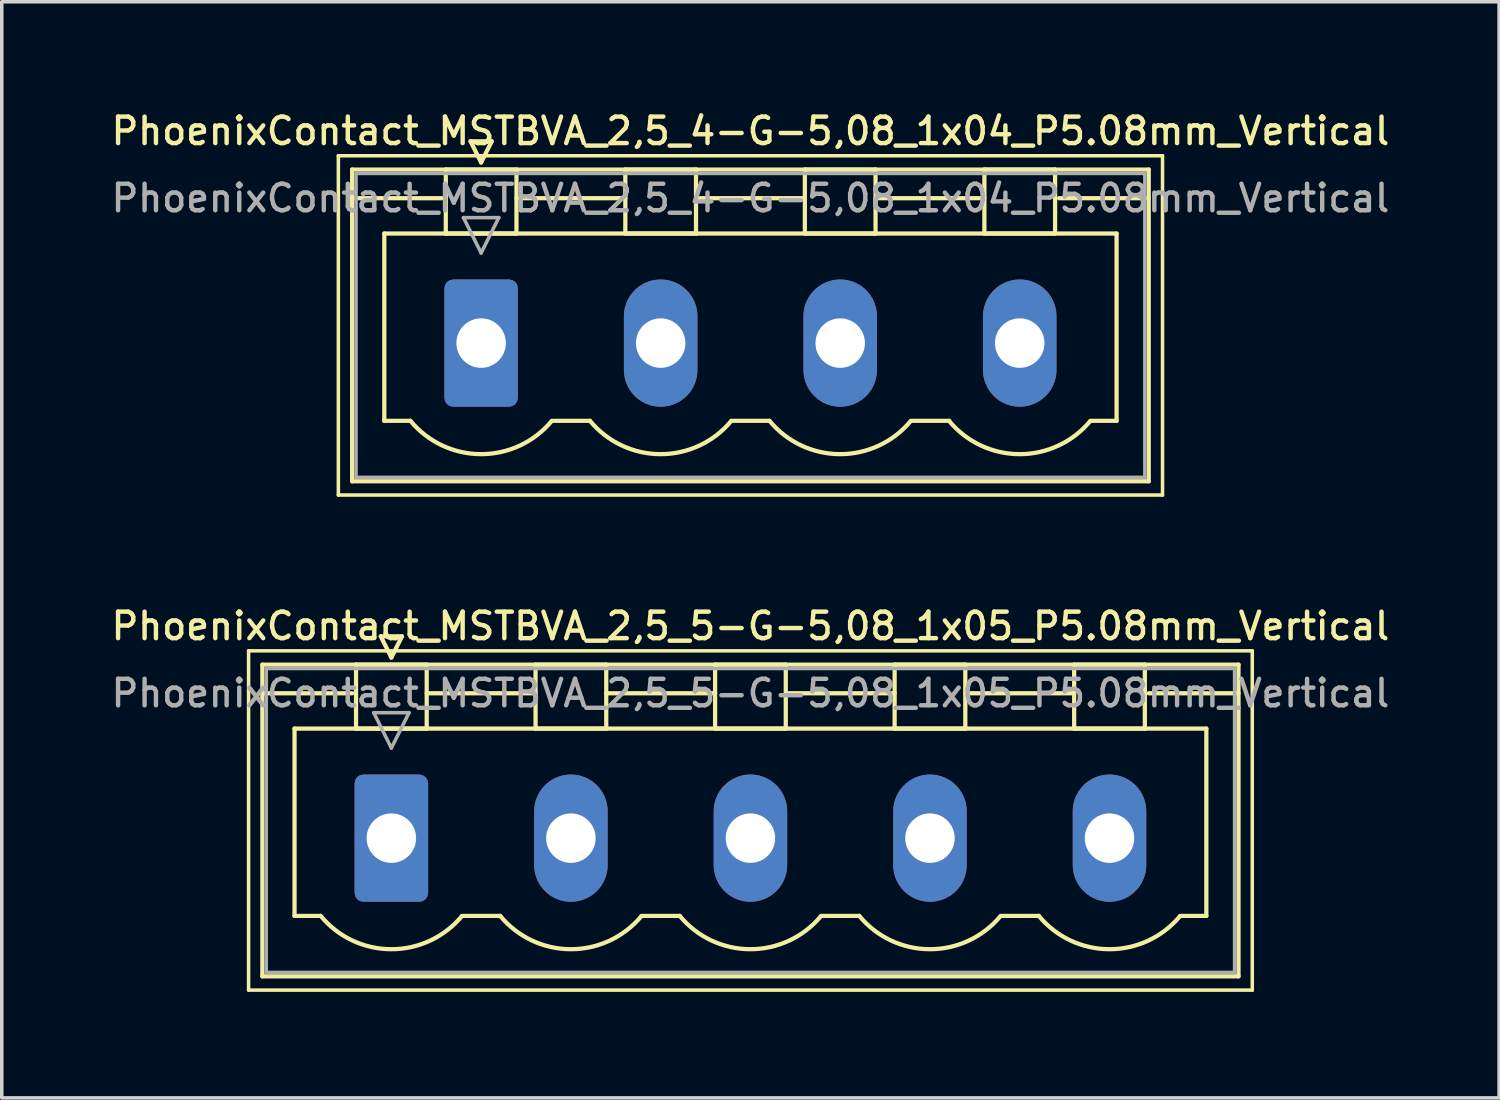
<source format=kicad_pcb>
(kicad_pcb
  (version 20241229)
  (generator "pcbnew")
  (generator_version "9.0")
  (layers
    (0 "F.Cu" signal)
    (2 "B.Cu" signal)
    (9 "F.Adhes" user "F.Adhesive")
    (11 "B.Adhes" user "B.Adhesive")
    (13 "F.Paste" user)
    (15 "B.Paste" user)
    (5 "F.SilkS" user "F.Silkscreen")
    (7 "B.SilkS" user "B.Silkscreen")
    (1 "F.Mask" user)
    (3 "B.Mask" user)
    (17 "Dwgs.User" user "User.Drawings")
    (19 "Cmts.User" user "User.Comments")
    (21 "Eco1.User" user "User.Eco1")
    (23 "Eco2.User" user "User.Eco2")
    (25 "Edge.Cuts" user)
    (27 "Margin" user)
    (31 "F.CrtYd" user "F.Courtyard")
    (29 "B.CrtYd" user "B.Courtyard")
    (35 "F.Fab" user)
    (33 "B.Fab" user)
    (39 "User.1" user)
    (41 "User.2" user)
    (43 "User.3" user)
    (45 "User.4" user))
  (footprint "PhoenixContact_MSTBVA_2,5_5-G-5,08_1x05_P5.08mm_Vertical"
    (layer "F.Cu")
    (at 8.024 20.666)
    (property "Reference" "PhoenixContact_MSTBVA_2,5_5-G-5,08_1x05_P5.08mm_Vertical" (at 10.16 -6 0) (layer "F.SilkS") (effects (font (size 0.75 0.75) (thickness 0.125))))
    (attr through_hole)
    (fp_line (start -4.04 -5.3) (end -4.04 4.3) (stroke (width 0.1) (type solid)) (layer "F.SilkS"))
    (fp_line (start -4.04 4.3) (end 24.36 4.3) (stroke (width 0.1) (type solid)) (layer "F.SilkS"))
    (fp_line (start -3.65 -4.91) (end -3.65 3.91) (stroke (width 0.12) (type solid)) (layer "F.SilkS"))
    (fp_line (start -3.65 -4.1) (end -1.11 -4.1) (stroke (width 0.12) (type solid)) (layer "F.SilkS"))
    (fp_line (start -3.65 3.91) (end 23.97 3.91) (stroke (width 0.12) (type solid)) (layer "F.SilkS"))
    (fp_line (start -2.74 -3.1) (end 23.06 -3.1) (stroke (width 0.12) (type solid)) (layer "F.SilkS"))
    (fp_line (start -2.74 2.2) (end -2.74 -3.1) (stroke (width 0.12) (type solid)) (layer "F.SilkS"))
    (fp_line (start -2 2.2) (end -2.74 2.2) (stroke (width 0.12) (type solid)) (layer "F.SilkS"))
    (fp_line (start -1 -4.91) (end 1 -4.91) (stroke (width 0.12) (type solid)) (layer "F.SilkS"))
    (fp_line (start -1 -3.1) (end -1 -4.91) (stroke (width 0.12) (type solid)) (layer "F.SilkS"))
    (fp_line (start -0.3 -5.71) (end 0.3 -5.71) (stroke (width 0.12) (type solid)) (layer "F.SilkS"))
    (fp_line (start 0 -5.11) (end -0.3 -5.71) (stroke (width 0.12) (type solid)) (layer "F.SilkS"))
    (fp_line (start 0.3 -5.71) (end 0 -5.11) (stroke (width 0.12) (type solid)) (layer "F.SilkS"))
    (fp_line (start 1 -4.91) (end 1 -3.1) (stroke (width 0.12) (type solid)) (layer "F.SilkS"))
    (fp_line (start 1 -4.1) (end 4.08 -4.1) (stroke (width 0.12) (type solid)) (layer "F.SilkS"))
    (fp_line (start 1 -3.1) (end -1 -3.1) (stroke (width 0.12) (type solid)) (layer "F.SilkS"))
    (fp_line (start 2 2.2) (end 3.08 2.2) (stroke (width 0.12) (type solid)) (layer "F.SilkS"))
    (fp_line (start 4.08 -4.91) (end 6.08 -4.91) (stroke (width 0.12) (type solid)) (layer "F.SilkS"))
    (fp_line (start 4.08 -3.1) (end 4.08 -4.91) (stroke (width 0.12) (type solid)) (layer "F.SilkS"))
    (fp_line (start 6.08 -4.91) (end 6.08 -3.1) (stroke (width 0.12) (type solid)) (layer "F.SilkS"))
    (fp_line (start 6.08 -4.1) (end 9.16 -4.1) (stroke (width 0.12) (type solid)) (layer "F.SilkS"))
    (fp_line (start 6.08 -3.1) (end 4.08 -3.1) (stroke (width 0.12) (type solid)) (layer "F.SilkS"))
    (fp_line (start 7.08 2.2) (end 8.16 2.2) (stroke (width 0.12) (type solid)) (layer "F.SilkS"))
    (fp_line (start 9.16 -4.91) (end 11.16 -4.91) (stroke (width 0.12) (type solid)) (layer "F.SilkS"))
    (fp_line (start 9.16 -3.1) (end 9.16 -4.91) (stroke (width 0.12) (type solid)) (layer "F.SilkS"))
    (fp_line (start 11.16 -4.91) (end 11.16 -3.1) (stroke (width 0.12) (type solid)) (layer "F.SilkS"))
    (fp_line (start 11.16 -4.1) (end 14.24 -4.1) (stroke (width 0.12) (type solid)) (layer "F.SilkS"))
    (fp_line (start 11.16 -3.1) (end 9.16 -3.1) (stroke (width 0.12) (type solid)) (layer "F.SilkS"))
    (fp_line (start 12.16 2.2) (end 13.24 2.2) (stroke (width 0.12) (type solid)) (layer "F.SilkS"))
    (fp_line (start 14.24 -4.91) (end 16.24 -4.91) (stroke (width 0.12) (type solid)) (layer "F.SilkS"))
    (fp_line (start 14.24 -3.1) (end 14.24 -4.91) (stroke (width 0.12) (type solid)) (layer "F.SilkS"))
    (fp_line (start 16.24 -4.91) (end 16.24 -3.1) (stroke (width 0.12) (type solid)) (layer "F.SilkS"))
    (fp_line (start 16.24 -4.1) (end 19.32 -4.1) (stroke (width 0.12) (type solid)) (layer "F.SilkS"))
    (fp_line (start 16.24 -3.1) (end 14.24 -3.1) (stroke (width 0.12) (type solid)) (layer "F.SilkS"))
    (fp_line (start 17.24 2.2) (end 18.32 2.2) (stroke (width 0.12) (type solid)) (layer "F.SilkS"))
    (fp_line (start 19.32 -4.91) (end 21.32 -4.91) (stroke (width 0.12) (type solid)) (layer "F.SilkS"))
    (fp_line (start 19.32 -3.1) (end 19.32 -4.91) (stroke (width 0.12) (type solid)) (layer "F.SilkS"))
    (fp_line (start 21.32 -4.91) (end 21.32 -3.1) (stroke (width 0.12) (type solid)) (layer "F.SilkS"))
    (fp_line (start 21.32 -3.1) (end 19.32 -3.1) (stroke (width 0.12) (type solid)) (layer "F.SilkS"))
    (fp_line (start 23.06 -3.1) (end 23.06 2.2) (stroke (width 0.12) (type solid)) (layer "F.SilkS"))
    (fp_line (start 23.06 2.2) (end 22.32 2.2) (stroke (width 0.12) (type solid)) (layer "F.SilkS"))
    (fp_line (start 23.97 -4.91) (end -3.65 -4.91) (stroke (width 0.12) (type solid)) (layer "F.SilkS"))
    (fp_line (start 23.97 -4.1) (end 21.43 -4.1) (stroke (width 0.12) (type solid)) (layer "F.SilkS"))
    (fp_line (start 23.97 3.91) (end 23.97 -4.91) (stroke (width 0.12) (type solid)) (layer "F.SilkS"))
    (fp_line (start 24.36 -5.3) (end -4.04 -5.3) (stroke (width 0.1) (type solid)) (layer "F.SilkS"))
    (fp_line (start 24.36 4.3) (end 24.36 -5.3) (stroke (width 0.1) (type solid)) (layer "F.SilkS"))
    (fp_arc (start 1.986842 2.215821) (mid -0.010289 3.142758) (end -2 2.2) (stroke (width 0.12) (type solid)) (layer "F.SilkS"))
    (fp_arc (start 7.066842 2.215821) (mid 5.069711 3.142758) (end 3.08 2.2) (stroke (width 0.12) (type solid)) (layer "F.SilkS"))
    (fp_arc (start 12.146842 2.215821) (mid 10.149711 3.142758) (end 8.16 2.2) (stroke (width 0.12) (type solid)) (layer "F.SilkS"))
    (fp_arc (start 17.226842 2.215821) (mid 15.229711 3.142758) (end 13.24 2.2) (stroke (width 0.12) (type solid)) (layer "F.SilkS"))
    (fp_arc (start 22.306842 2.215821) (mid 20.309711 3.142758) (end 18.32 2.2) (stroke (width 0.12) (type solid)) (layer "F.SilkS"))
    (fp_line (start -3.54 -4.8) (end -3.54 3.8) (stroke (width 0.1) (type solid)) (layer "F.Fab"))
    (fp_line (start -3.54 3.8) (end 23.86 3.8) (stroke (width 0.1) (type solid)) (layer "F.Fab"))
    (fp_line (start -0.5 -3.55) (end 0.5 -3.55) (stroke (width 0.1) (type solid)) (layer "F.Fab"))
    (fp_line (start 0 -2.55) (end -0.5 -3.55) (stroke (width 0.1) (type solid)) (layer "F.Fab"))
    (fp_line (start 0.5 -3.55) (end 0 -2.55) (stroke (width 0.1) (type solid)) (layer "F.Fab"))
    (fp_line (start 23.86 -4.8) (end -3.54 -4.8) (stroke (width 0.1) (type solid)) (layer "F.Fab"))
    (fp_line (start 23.86 3.8) (end 23.86 -4.8) (stroke (width 0.1) (type solid)) (layer "F.Fab"))
    (fp_text user "${REFERENCE}" (at 10.16 -4.1 0) (layer "F.Fab") (effects (font (size 0.75 0.75) (thickness 0.125))))
    (pad "1" thru_hole roundrect (at 0 0) (size 2.08 3.6) (drill 1.4) (layers "*.Cu" "*.Mask") (roundrect_rratio 0.12))
    (pad "2" thru_hole oval (at 5.08 0) (size 2.08 3.6) (drill 1.4) (layers "*.Cu" "*.Mask"))
    (pad "3" thru_hole oval (at 10.16 0) (size 2.08 3.6) (drill 1.4) (layers "*.Cu" "*.Mask"))
    (pad "4" thru_hole oval (at 15.24 0) (size 2.08 3.6) (drill 1.4) (layers "*.Cu" "*.Mask"))
    (pad "5" thru_hole oval (at 20.32 0) (size 2.08 3.6) (drill 1.4) (layers "*.Cu" "*.Mask")))
  (footprint "PhoenixContact_MSTBVA_2,5_4-G-5,08_1x04_P5.08mm_Vertical"
    (layer "F.Cu")
    (at 10.564 6.658)
    (property "Reference" "PhoenixContact_MSTBVA_2,5_4-G-5,08_1x04_P5.08mm_Vertical" (at 7.62 -6 0) (layer "F.SilkS") (effects (font (size 0.75 0.75) (thickness 0.125))))
    (attr through_hole)
    (fp_line (start -4.04 -5.3) (end -4.04 4.3) (stroke (width 0.1) (type solid)) (layer "F.SilkS"))
    (fp_line (start -4.04 4.3) (end 19.28 4.3) (stroke (width 0.1) (type solid)) (layer "F.SilkS"))
    (fp_line (start -3.65 -4.91) (end -3.65 3.91) (stroke (width 0.12) (type solid)) (layer "F.SilkS"))
    (fp_line (start -3.65 -4.1) (end -1.11 -4.1) (stroke (width 0.12) (type solid)) (layer "F.SilkS"))
    (fp_line (start -3.65 3.91) (end 18.89 3.91) (stroke (width 0.12) (type solid)) (layer "F.SilkS"))
    (fp_line (start -2.74 -3.1) (end 17.98 -3.1) (stroke (width 0.12) (type solid)) (layer "F.SilkS"))
    (fp_line (start -2.74 2.2) (end -2.74 -3.1) (stroke (width 0.12) (type solid)) (layer "F.SilkS"))
    (fp_line (start -2 2.2) (end -2.74 2.2) (stroke (width 0.12) (type solid)) (layer "F.SilkS"))
    (fp_line (start -1 -4.91) (end 1 -4.91) (stroke (width 0.12) (type solid)) (layer "F.SilkS"))
    (fp_line (start -1 -3.1) (end -1 -4.91) (stroke (width 0.12) (type solid)) (layer "F.SilkS"))
    (fp_line (start -0.3 -5.71) (end 0.3 -5.71) (stroke (width 0.12) (type solid)) (layer "F.SilkS"))
    (fp_line (start 0 -5.11) (end -0.3 -5.71) (stroke (width 0.12) (type solid)) (layer "F.SilkS"))
    (fp_line (start 0.3 -5.71) (end 0 -5.11) (stroke (width 0.12) (type solid)) (layer "F.SilkS"))
    (fp_line (start 1 -4.91) (end 1 -3.1) (stroke (width 0.12) (type solid)) (layer "F.SilkS"))
    (fp_line (start 1 -4.1) (end 4.08 -4.1) (stroke (width 0.12) (type solid)) (layer "F.SilkS"))
    (fp_line (start 1 -3.1) (end -1 -3.1) (stroke (width 0.12) (type solid)) (layer "F.SilkS"))
    (fp_line (start 2 2.2) (end 3.08 2.2) (stroke (width 0.12) (type solid)) (layer "F.SilkS"))
    (fp_line (start 4.08 -4.91) (end 6.08 -4.91) (stroke (width 0.12) (type solid)) (layer "F.SilkS"))
    (fp_line (start 4.08 -3.1) (end 4.08 -4.91) (stroke (width 0.12) (type solid)) (layer "F.SilkS"))
    (fp_line (start 6.08 -4.91) (end 6.08 -3.1) (stroke (width 0.12) (type solid)) (layer "F.SilkS"))
    (fp_line (start 6.08 -4.1) (end 9.16 -4.1) (stroke (width 0.12) (type solid)) (layer "F.SilkS"))
    (fp_line (start 6.08 -3.1) (end 4.08 -3.1) (stroke (width 0.12) (type solid)) (layer "F.SilkS"))
    (fp_line (start 7.08 2.2) (end 8.16 2.2) (stroke (width 0.12) (type solid)) (layer "F.SilkS"))
    (fp_line (start 9.16 -4.91) (end 11.16 -4.91) (stroke (width 0.12) (type solid)) (layer "F.SilkS"))
    (fp_line (start 9.16 -3.1) (end 9.16 -4.91) (stroke (width 0.12) (type solid)) (layer "F.SilkS"))
    (fp_line (start 11.16 -4.91) (end 11.16 -3.1) (stroke (width 0.12) (type solid)) (layer "F.SilkS"))
    (fp_line (start 11.16 -4.1) (end 14.24 -4.1) (stroke (width 0.12) (type solid)) (layer "F.SilkS"))
    (fp_line (start 11.16 -3.1) (end 9.16 -3.1) (stroke (width 0.12) (type solid)) (layer "F.SilkS"))
    (fp_line (start 12.16 2.2) (end 13.24 2.2) (stroke (width 0.12) (type solid)) (layer "F.SilkS"))
    (fp_line (start 14.24 -4.91) (end 16.24 -4.91) (stroke (width 0.12) (type solid)) (layer "F.SilkS"))
    (fp_line (start 14.24 -3.1) (end 14.24 -4.91) (stroke (width 0.12) (type solid)) (layer "F.SilkS"))
    (fp_line (start 16.24 -4.91) (end 16.24 -3.1) (stroke (width 0.12) (type solid)) (layer "F.SilkS"))
    (fp_line (start 16.24 -3.1) (end 14.24 -3.1) (stroke (width 0.12) (type solid)) (layer "F.SilkS"))
    (fp_line (start 17.98 -3.1) (end 17.98 2.2) (stroke (width 0.12) (type solid)) (layer "F.SilkS"))
    (fp_line (start 17.98 2.2) (end 17.24 2.2) (stroke (width 0.12) (type solid)) (layer "F.SilkS"))
    (fp_line (start 18.89 -4.91) (end -3.65 -4.91) (stroke (width 0.12) (type solid)) (layer "F.SilkS"))
    (fp_line (start 18.89 -4.1) (end 16.35 -4.1) (stroke (width 0.12) (type solid)) (layer "F.SilkS"))
    (fp_line (start 18.89 3.91) (end 18.89 -4.91) (stroke (width 0.12) (type solid)) (layer "F.SilkS"))
    (fp_line (start 19.28 -5.3) (end -4.04 -5.3) (stroke (width 0.1) (type solid)) (layer "F.SilkS"))
    (fp_line (start 19.28 4.3) (end 19.28 -5.3) (stroke (width 0.1) (type solid)) (layer "F.SilkS"))
    (fp_arc (start 1.986842 2.215821) (mid -0.010289 3.142758) (end -2 2.2) (stroke (width 0.12) (type solid)) (layer "F.SilkS"))
    (fp_arc (start 7.066842 2.215821) (mid 5.069711 3.142758) (end 3.08 2.2) (stroke (width 0.12) (type solid)) (layer "F.SilkS"))
    (fp_arc (start 12.146842 2.215821) (mid 10.149711 3.142758) (end 8.16 2.2) (stroke (width 0.12) (type solid)) (layer "F.SilkS"))
    (fp_arc (start 17.226842 2.215821) (mid 15.229711 3.142758) (end 13.24 2.2) (stroke (width 0.12) (type solid)) (layer "F.SilkS"))
    (fp_line (start -3.54 -4.8) (end -3.54 3.8) (stroke (width 0.1) (type solid)) (layer "F.Fab"))
    (fp_line (start -3.54 3.8) (end 18.78 3.8) (stroke (width 0.1) (type solid)) (layer "F.Fab"))
    (fp_line (start -0.5 -3.55) (end 0.5 -3.55) (stroke (width 0.1) (type solid)) (layer "F.Fab"))
    (fp_line (start 0 -2.55) (end -0.5 -3.55) (stroke (width 0.1) (type solid)) (layer "F.Fab"))
    (fp_line (start 0.5 -3.55) (end 0 -2.55) (stroke (width 0.1) (type solid)) (layer "F.Fab"))
    (fp_line (start 18.78 -4.8) (end -3.54 -4.8) (stroke (width 0.1) (type solid)) (layer "F.Fab"))
    (fp_line (start 18.78 3.8) (end 18.78 -4.8) (stroke (width 0.1) (type solid)) (layer "F.Fab"))
    (fp_text user "${REFERENCE}" (at 7.62 -4.1 0) (layer "F.Fab") (effects (font (size 0.75 0.75) (thickness 0.125))))
    (pad "1" thru_hole roundrect (at 0 0) (size 2.08 3.6) (drill 1.4) (layers "*.Cu" "*.Mask") (roundrect_rratio 0.12))
    (pad "2" thru_hole oval (at 5.08 0) (size 2.08 3.6) (drill 1.4) (layers "*.Cu" "*.Mask"))
    (pad "3" thru_hole oval (at 10.16 0) (size 2.08 3.6) (drill 1.4) (layers "*.Cu" "*.Mask"))
    (pad "4" thru_hole oval (at 15.24 0) (size 2.08 3.6) (drill 1.4) (layers "*.Cu" "*.Mask")))
  (gr_rect
    (start -3 -3)
    (end 39.368 28.016)
    (stroke (width 0.1) (type default))
    (fill no)
    (layer "Edge.Cuts")))
</source>
